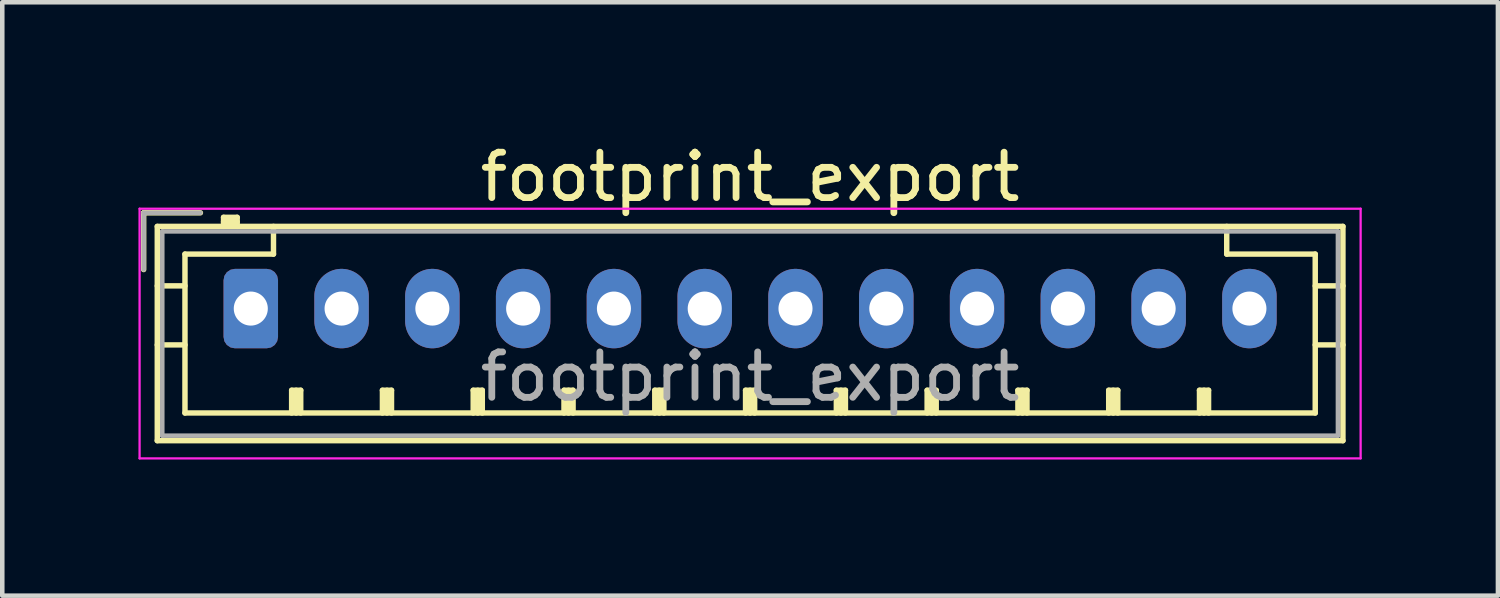
<source format=kicad_pcb>
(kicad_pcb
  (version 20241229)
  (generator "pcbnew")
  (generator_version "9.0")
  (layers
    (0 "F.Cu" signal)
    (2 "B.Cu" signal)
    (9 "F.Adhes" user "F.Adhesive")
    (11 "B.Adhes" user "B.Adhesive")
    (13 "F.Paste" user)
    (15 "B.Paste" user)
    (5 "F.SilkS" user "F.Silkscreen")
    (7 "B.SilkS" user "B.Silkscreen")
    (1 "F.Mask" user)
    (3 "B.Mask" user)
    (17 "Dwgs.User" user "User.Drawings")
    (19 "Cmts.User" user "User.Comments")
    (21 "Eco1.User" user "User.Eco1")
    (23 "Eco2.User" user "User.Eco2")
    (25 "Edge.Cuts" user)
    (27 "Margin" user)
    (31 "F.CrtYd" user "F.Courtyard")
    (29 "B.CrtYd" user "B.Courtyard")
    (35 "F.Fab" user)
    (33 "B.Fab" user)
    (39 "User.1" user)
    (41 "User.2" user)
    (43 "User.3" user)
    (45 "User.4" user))
  (footprint "footprint_export"
    (layer "F.Cu")
    (at 2.475 3.748)
    (property "Reference" "footprint_export" (at 11 -2.9 0) (layer "F.SilkS") (effects (font (size 1 1) (thickness 0.15))))
    (attr through_hole)
    (fp_line (start -2.36 -2.11) (end -2.36 -0.86) (stroke (width 0.12) (type solid)) (layer "F.SilkS"))
    (fp_line (start -2.06 -1.81) (end -2.06 2.91) (stroke (width 0.12) (type solid)) (layer "F.SilkS"))
    (fp_line (start -2.06 -0.5) (end -1.45 -0.5) (stroke (width 0.12) (type solid)) (layer "F.SilkS"))
    (fp_line (start -2.06 0.8) (end -1.45 0.8) (stroke (width 0.12) (type solid)) (layer "F.SilkS"))
    (fp_line (start -2.06 2.91) (end 24.06 2.91) (stroke (width 0.12) (type solid)) (layer "F.SilkS"))
    (fp_line (start -1.45 -1.2) (end -1.45 2.3) (stroke (width 0.12) (type solid)) (layer "F.SilkS"))
    (fp_line (start -1.45 2.3) (end 23.45 2.3) (stroke (width 0.12) (type solid)) (layer "F.SilkS"))
    (fp_line (start -1.11 -2.11) (end -2.36 -2.11) (stroke (width 0.12) (type solid)) (layer "F.SilkS"))
    (fp_line (start -0.6 -2.01) (end -0.6 -1.81) (stroke (width 0.12) (type solid)) (layer "F.SilkS"))
    (fp_line (start -0.3 -2.01) (end -0.6 -2.01) (stroke (width 0.12) (type solid)) (layer "F.SilkS"))
    (fp_line (start -0.3 -1.91) (end -0.6 -1.91) (stroke (width 0.12) (type solid)) (layer "F.SilkS"))
    (fp_line (start -0.3 -1.81) (end -0.3 -2.01) (stroke (width 0.12) (type solid)) (layer "F.SilkS"))
    (fp_line (start 0.5 -1.81) (end 0.5 -1.2) (stroke (width 0.12) (type solid)) (layer "F.SilkS"))
    (fp_line (start 0.5 -1.2) (end -1.45 -1.2) (stroke (width 0.12) (type solid)) (layer "F.SilkS"))
    (fp_line (start 0.9 1.8) (end 1.1 1.8) (stroke (width 0.12) (type solid)) (layer "F.SilkS"))
    (fp_line (start 0.9 2.3) (end 0.9 1.8) (stroke (width 0.12) (type solid)) (layer "F.SilkS"))
    (fp_line (start 1 2.3) (end 1 1.8) (stroke (width 0.12) (type solid)) (layer "F.SilkS"))
    (fp_line (start 1.1 1.8) (end 1.1 2.3) (stroke (width 0.12) (type solid)) (layer "F.SilkS"))
    (fp_line (start 2.9 1.8) (end 3.1 1.8) (stroke (width 0.12) (type solid)) (layer "F.SilkS"))
    (fp_line (start 2.9 2.3) (end 2.9 1.8) (stroke (width 0.12) (type solid)) (layer "F.SilkS"))
    (fp_line (start 3 2.3) (end 3 1.8) (stroke (width 0.12) (type solid)) (layer "F.SilkS"))
    (fp_line (start 3.1 1.8) (end 3.1 2.3) (stroke (width 0.12) (type solid)) (layer "F.SilkS"))
    (fp_line (start 4.9 1.8) (end 5.1 1.8) (stroke (width 0.12) (type solid)) (layer "F.SilkS"))
    (fp_line (start 4.9 2.3) (end 4.9 1.8) (stroke (width 0.12) (type solid)) (layer "F.SilkS"))
    (fp_line (start 5 2.3) (end 5 1.8) (stroke (width 0.12) (type solid)) (layer "F.SilkS"))
    (fp_line (start 5.1 1.8) (end 5.1 2.3) (stroke (width 0.12) (type solid)) (layer "F.SilkS"))
    (fp_line (start 6.9 1.8) (end 7.1 1.8) (stroke (width 0.12) (type solid)) (layer "F.SilkS"))
    (fp_line (start 6.9 2.3) (end 6.9 1.8) (stroke (width 0.12) (type solid)) (layer "F.SilkS"))
    (fp_line (start 7 2.3) (end 7 1.8) (stroke (width 0.12) (type solid)) (layer "F.SilkS"))
    (fp_line (start 7.1 1.8) (end 7.1 2.3) (stroke (width 0.12) (type solid)) (layer "F.SilkS"))
    (fp_line (start 8.9 1.8) (end 9.1 1.8) (stroke (width 0.12) (type solid)) (layer "F.SilkS"))
    (fp_line (start 8.9 2.3) (end 8.9 1.8) (stroke (width 0.12) (type solid)) (layer "F.SilkS"))
    (fp_line (start 9 2.3) (end 9 1.8) (stroke (width 0.12) (type solid)) (layer "F.SilkS"))
    (fp_line (start 9.1 1.8) (end 9.1 2.3) (stroke (width 0.12) (type solid)) (layer "F.SilkS"))
    (fp_line (start 10.9 1.8) (end 11.1 1.8) (stroke (width 0.12) (type solid)) (layer "F.SilkS"))
    (fp_line (start 10.9 2.3) (end 10.9 1.8) (stroke (width 0.12) (type solid)) (layer "F.SilkS"))
    (fp_line (start 11 2.3) (end 11 1.8) (stroke (width 0.12) (type solid)) (layer "F.SilkS"))
    (fp_line (start 11.1 1.8) (end 11.1 2.3) (stroke (width 0.12) (type solid)) (layer "F.SilkS"))
    (fp_line (start 12.9 1.8) (end 13.1 1.8) (stroke (width 0.12) (type solid)) (layer "F.SilkS"))
    (fp_line (start 12.9 2.3) (end 12.9 1.8) (stroke (width 0.12) (type solid)) (layer "F.SilkS"))
    (fp_line (start 13 2.3) (end 13 1.8) (stroke (width 0.12) (type solid)) (layer "F.SilkS"))
    (fp_line (start 13.1 1.8) (end 13.1 2.3) (stroke (width 0.12) (type solid)) (layer "F.SilkS"))
    (fp_line (start 14.9 1.8) (end 15.1 1.8) (stroke (width 0.12) (type solid)) (layer "F.SilkS"))
    (fp_line (start 14.9 2.3) (end 14.9 1.8) (stroke (width 0.12) (type solid)) (layer "F.SilkS"))
    (fp_line (start 15 2.3) (end 15 1.8) (stroke (width 0.12) (type solid)) (layer "F.SilkS"))
    (fp_line (start 15.1 1.8) (end 15.1 2.3) (stroke (width 0.12) (type solid)) (layer "F.SilkS"))
    (fp_line (start 16.9 1.8) (end 17.1 1.8) (stroke (width 0.12) (type solid)) (layer "F.SilkS"))
    (fp_line (start 16.9 2.3) (end 16.9 1.8) (stroke (width 0.12) (type solid)) (layer "F.SilkS"))
    (fp_line (start 17 2.3) (end 17 1.8) (stroke (width 0.12) (type solid)) (layer "F.SilkS"))
    (fp_line (start 17.1 1.8) (end 17.1 2.3) (stroke (width 0.12) (type solid)) (layer "F.SilkS"))
    (fp_line (start 18.9 1.8) (end 19.1 1.8) (stroke (width 0.12) (type solid)) (layer "F.SilkS"))
    (fp_line (start 18.9 2.3) (end 18.9 1.8) (stroke (width 0.12) (type solid)) (layer "F.SilkS"))
    (fp_line (start 19 2.3) (end 19 1.8) (stroke (width 0.12) (type solid)) (layer "F.SilkS"))
    (fp_line (start 19.1 1.8) (end 19.1 2.3) (stroke (width 0.12) (type solid)) (layer "F.SilkS"))
    (fp_line (start 20.9 1.8) (end 21.1 1.8) (stroke (width 0.12) (type solid)) (layer "F.SilkS"))
    (fp_line (start 20.9 2.3) (end 20.9 1.8) (stroke (width 0.12) (type solid)) (layer "F.SilkS"))
    (fp_line (start 21 2.3) (end 21 1.8) (stroke (width 0.12) (type solid)) (layer "F.SilkS"))
    (fp_line (start 21.1 1.8) (end 21.1 2.3) (stroke (width 0.12) (type solid)) (layer "F.SilkS"))
    (fp_line (start 21.5 -1.2) (end 21.5 -1.81) (stroke (width 0.12) (type solid)) (layer "F.SilkS"))
    (fp_line (start 23.45 -1.2) (end 21.5 -1.2) (stroke (width 0.12) (type solid)) (layer "F.SilkS"))
    (fp_line (start 23.45 2.3) (end 23.45 -1.2) (stroke (width 0.12) (type solid)) (layer "F.SilkS"))
    (fp_line (start 24.06 -1.81) (end -2.06 -1.81) (stroke (width 0.12) (type solid)) (layer "F.SilkS"))
    (fp_line (start 24.06 -0.5) (end 23.45 -0.5) (stroke (width 0.12) (type solid)) (layer "F.SilkS"))
    (fp_line (start 24.06 0.8) (end 23.45 0.8) (stroke (width 0.12) (type solid)) (layer "F.SilkS"))
    (fp_line (start 24.06 2.91) (end 24.06 -1.81) (stroke (width 0.12) (type solid)) (layer "F.SilkS"))
    (fp_line (start -2.45 -2.2) (end -2.45 3.3) (stroke (width 0.05) (type solid)) (layer "F.CrtYd"))
    (fp_line (start -2.45 3.3) (end 24.45 3.3) (stroke (width 0.05) (type solid)) (layer "F.CrtYd"))
    (fp_line (start 24.45 -2.2) (end -2.45 -2.2) (stroke (width 0.05) (type solid)) (layer "F.CrtYd"))
    (fp_line (start 24.45 3.3) (end 24.45 -2.2) (stroke (width 0.05) (type solid)) (layer "F.CrtYd"))
    (fp_line (start -2.36 -2.11) (end -2.36 -0.86) (stroke (width 0.1) (type solid)) (layer "F.Fab"))
    (fp_line (start -1.95 -1.7) (end -1.95 2.8) (stroke (width 0.1) (type solid)) (layer "F.Fab"))
    (fp_line (start -1.95 2.8) (end 23.95 2.8) (stroke (width 0.1) (type solid)) (layer "F.Fab"))
    (fp_line (start -1.11 -2.11) (end -2.36 -2.11) (stroke (width 0.1) (type solid)) (layer "F.Fab"))
    (fp_line (start 23.95 -1.7) (end -1.95 -1.7) (stroke (width 0.1) (type solid)) (layer "F.Fab"))
    (fp_line (start 23.95 2.8) (end 23.95 -1.7) (stroke (width 0.1) (type solid)) (layer "F.Fab"))
    (fp_text user "${REFERENCE}" (at 11 1.5 0) (layer "F.Fab") (effects (font (size 1 1) (thickness 0.15))))
    (pad "1" thru_hole roundrect (at 0 0) (size 1.2 1.75) (drill 0.75) (layers "*.Cu" "*.Mask") (roundrect_rratio 0.208))
    (pad "2" thru_hole oval (at 2 0) (size 1.2 1.75) (drill 0.75) (layers "*.Cu" "*.Mask"))
    (pad "3" thru_hole oval (at 4 0) (size 1.2 1.75) (drill 0.75) (layers "*.Cu" "*.Mask"))
    (pad "4" thru_hole oval (at 6 0) (size 1.2 1.75) (drill 0.75) (layers "*.Cu" "*.Mask"))
    (pad "5" thru_hole oval (at 8 0) (size 1.2 1.75) (drill 0.75) (layers "*.Cu" "*.Mask"))
    (pad "6" thru_hole oval (at 10 0) (size 1.2 1.75) (drill 0.75) (layers "*.Cu" "*.Mask"))
    (pad "7" thru_hole oval (at 12 0) (size 1.2 1.75) (drill 0.75) (layers "*.Cu" "*.Mask"))
    (pad "8" thru_hole oval (at 14 0) (size 1.2 1.75) (drill 0.75) (layers "*.Cu" "*.Mask"))
    (pad "9" thru_hole oval (at 16 0) (size 1.2 1.75) (drill 0.75) (layers "*.Cu" "*.Mask"))
    (pad "10" thru_hole oval (at 18 0) (size 1.2 1.75) (drill 0.75) (layers "*.Cu" "*.Mask"))
    (pad "11" thru_hole oval (at 20 0) (size 1.2 1.75) (drill 0.75) (layers "*.Cu" "*.Mask"))
    (pad "12" thru_hole oval (at 22 0) (size 1.2 1.75) (drill 0.75) (layers "*.Cu" "*.Mask")))
  (gr_rect
    (start -3 -3)
    (end 29.95 10.073)
    (stroke (width 0.1) (type default))
    (fill no)
    (layer "Edge.Cuts")))
</source>
